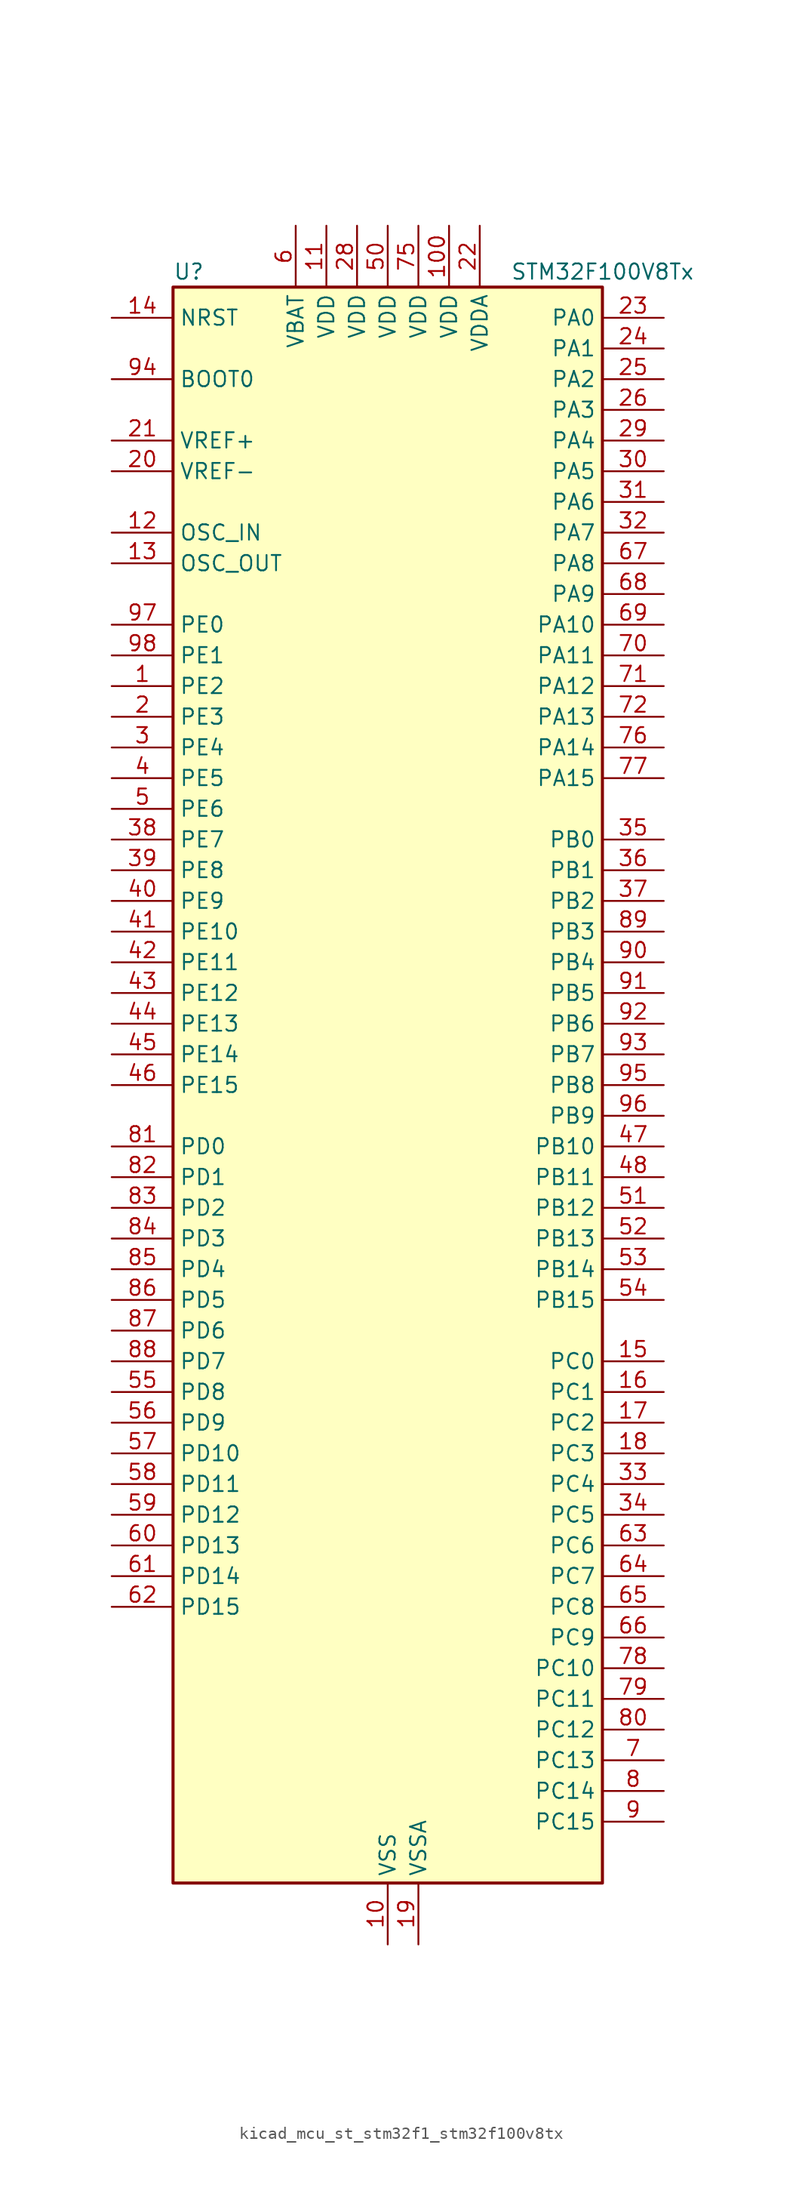
<source format=kicad_sym>
(kicad_symbol_lib
  (version 20220914)
  (generator kicad_symbol_editor)
  (symbol "kicad_mcu_st_stm32f1_stm32f100v8tx"
    (property "Reference" "U"
      (at -17.78 67.31 0)
      (effects (font (size 1.27 1.27)) (justify left)))
    (property "Value" "STM32F100V8Tx"
      (at 10.16 67.31 0)
      (effects (font (size 1.27 1.27)) (justify left)))
    (property "ki_locked" ""
      (at 0 0 0)
      (effects (font (size 1.27 1.27))))
    (symbol "kicad_mcu_st_stm32f1_stm32f100v8tx_0_1"
      (rectangle (start -17.78 -66.04) (end 17.78 66.04) (stroke (width 0.254) (type default)) (fill (type background))))
    (symbol "kicad_mcu_st_stm32f1_stm32f100v8tx_1_1"
      (pin bidirectional line (at -22.86 33.02 0) (length 5.08) (name "PE2" (effects (font (size 1.27 1.27)))) (number "1" (effects (font (size 1.27 1.27)))) (alternate "SYS_TRACECLK" bidirectional line))
      (pin power_in line (at 0 -71.12 90) (length 5.08) (name "VSS" (effects (font (size 1.27 1.27)))) (number "10" (effects (font (size 1.27 1.27)))))
      (pin power_in line (at 5.08 71.12 270) (length 5.08) (name "VDD" (effects (font (size 1.27 1.27)))) (number "100" (effects (font (size 1.27 1.27)))))
      (pin power_in line (at -5.08 71.12 270) (length 5.08) (name "VDD" (effects (font (size 1.27 1.27)))) (number "11" (effects (font (size 1.27 1.27)))))
      (pin input line (at -22.86 45.72 0) (length 5.08) (name "OSC_IN" (effects (font (size 1.27 1.27)))) (number "12" (effects (font (size 1.27 1.27)))) (alternate "RCC_OSC_IN" bidirectional line))
      (pin input line (at -22.86 43.18 0) (length 5.08) (name "OSC_OUT" (effects (font (size 1.27 1.27)))) (number "13" (effects (font (size 1.27 1.27)))) (alternate "RCC_OSC_OUT" bidirectional line))
      (pin input line (at -22.86 63.5 0) (length 5.08) (name "NRST" (effects (font (size 1.27 1.27)))) (number "14" (effects (font (size 1.27 1.27)))))
      (pin bidirectional line (at 22.86 -22.86 180) (length 5.08) (name "PC0" (effects (font (size 1.27 1.27)))) (number "15" (effects (font (size 1.27 1.27)))) (alternate "ADC1_IN10" bidirectional line))
      (pin bidirectional line (at 22.86 -25.4 180) (length 5.08) (name "PC1" (effects (font (size 1.27 1.27)))) (number "16" (effects (font (size 1.27 1.27)))) (alternate "ADC1_IN11" bidirectional line))
      (pin bidirectional line (at 22.86 -27.94 180) (length 5.08) (name "PC2" (effects (font (size 1.27 1.27)))) (number "17" (effects (font (size 1.27 1.27)))) (alternate "ADC1_IN12" bidirectional line))
      (pin bidirectional line (at 22.86 -30.48 180) (length 5.08) (name "PC3" (effects (font (size 1.27 1.27)))) (number "18" (effects (font (size 1.27 1.27)))) (alternate "ADC1_IN13" bidirectional line))
      (pin power_in line (at 2.54 -71.12 90) (length 5.08) (name "VSSA" (effects (font (size 1.27 1.27)))) (number "19" (effects (font (size 1.27 1.27)))))
      (pin bidirectional line (at -22.86 30.48 0) (length 5.08) (name "PE3" (effects (font (size 1.27 1.27)))) (number "2" (effects (font (size 1.27 1.27)))) (alternate "SYS_TRACED0" bidirectional line))
      (pin input line (at -22.86 50.8 0) (length 5.08) (name "VREF-" (effects (font (size 1.27 1.27)))) (number "20" (effects (font (size 1.27 1.27)))))
      (pin input line (at -22.86 53.34 0) (length 5.08) (name "VREF+" (effects (font (size 1.27 1.27)))) (number "21" (effects (font (size 1.27 1.27)))))
      (pin power_in line (at 7.62 71.12 270) (length 5.08) (name "VDDA" (effects (font (size 1.27 1.27)))) (number "22" (effects (font (size 1.27 1.27)))))
      (pin bidirectional line (at 22.86 63.5 180) (length 5.08) (name "PA0" (effects (font (size 1.27 1.27)))) (number "23" (effects (font (size 1.27 1.27)))) (alternate "ADC1_IN0" bidirectional line) (alternate "SYS_WKUP" bidirectional line) (alternate "TIM2_CH1" bidirectional line) (alternate "TIM2_ETR" bidirectional line) (alternate "USART2_CTS" bidirectional line))
      (pin bidirectional line (at 22.86 60.96 180) (length 5.08) (name "PA1" (effects (font (size 1.27 1.27)))) (number "24" (effects (font (size 1.27 1.27)))) (alternate "ADC1_IN1" bidirectional line) (alternate "TIM2_CH2" bidirectional line) (alternate "USART2_RTS" bidirectional line))
      (pin bidirectional line (at 22.86 58.42 180) (length 5.08) (name "PA2" (effects (font (size 1.27 1.27)))) (number "25" (effects (font (size 1.27 1.27)))) (alternate "ADC1_IN2" bidirectional line) (alternate "TIM15_CH1" bidirectional line) (alternate "TIM2_CH3" bidirectional line) (alternate "USART2_TX" bidirectional line))
      (pin bidirectional line (at 22.86 55.88 180) (length 5.08) (name "PA3" (effects (font (size 1.27 1.27)))) (number "26" (effects (font (size 1.27 1.27)))) (alternate "ADC1_IN3" bidirectional line) (alternate "TIM15_CH2" bidirectional line) (alternate "TIM2_CH4" bidirectional line) (alternate "USART2_RX" bidirectional line))
      (pin passive line (at 0 -71.12 90) (length 5.08) hide (name "VSS" (effects (font (size 1.27 1.27)))) (number "27" (effects (font (size 1.27 1.27)))))
      (pin power_in line (at -2.54 71.12 270) (length 5.08) (name "VDD" (effects (font (size 1.27 1.27)))) (number "28" (effects (font (size 1.27 1.27)))))
      (pin bidirectional line (at 22.86 53.34 180) (length 5.08) (name "PA4" (effects (font (size 1.27 1.27)))) (number "29" (effects (font (size 1.27 1.27)))) (alternate "ADC1_IN4" bidirectional line) (alternate "DAC_OUT1" bidirectional line) (alternate "SPI1_NSS" bidirectional line) (alternate "USART2_CK" bidirectional line))
      (pin bidirectional line (at -22.86 27.94 0) (length 5.08) (name "PE4" (effects (font (size 1.27 1.27)))) (number "3" (effects (font (size 1.27 1.27)))) (alternate "SYS_TRACED1" bidirectional line))
      (pin bidirectional line (at 22.86 50.8 180) (length 5.08) (name "PA5" (effects (font (size 1.27 1.27)))) (number "30" (effects (font (size 1.27 1.27)))) (alternate "ADC1_IN5" bidirectional line) (alternate "DAC_OUT2" bidirectional line) (alternate "SPI1_SCK" bidirectional line))
      (pin bidirectional line (at 22.86 48.26 180) (length 5.08) (name "PA6" (effects (font (size 1.27 1.27)))) (number "31" (effects (font (size 1.27 1.27)))) (alternate "ADC1_IN6" bidirectional line) (alternate "SPI1_MISO" bidirectional line) (alternate "TIM16_CH1" bidirectional line) (alternate "TIM1_BKIN" bidirectional line) (alternate "TIM3_CH1" bidirectional line))
      (pin bidirectional line (at 22.86 45.72 180) (length 5.08) (name "PA7" (effects (font (size 1.27 1.27)))) (number "32" (effects (font (size 1.27 1.27)))) (alternate "ADC1_IN7" bidirectional line) (alternate "SPI1_MOSI" bidirectional line) (alternate "TIM17_CH1" bidirectional line) (alternate "TIM1_CH1N" bidirectional line) (alternate "TIM3_CH2" bidirectional line))
      (pin bidirectional line (at 22.86 -33.02 180) (length 5.08) (name "PC4" (effects (font (size 1.27 1.27)))) (number "33" (effects (font (size 1.27 1.27)))) (alternate "ADC1_IN14" bidirectional line))
      (pin bidirectional line (at 22.86 -35.56 180) (length 5.08) (name "PC5" (effects (font (size 1.27 1.27)))) (number "34" (effects (font (size 1.27 1.27)))) (alternate "ADC1_IN15" bidirectional line))
      (pin bidirectional line (at 22.86 20.32 180) (length 5.08) (name "PB0" (effects (font (size 1.27 1.27)))) (number "35" (effects (font (size 1.27 1.27)))) (alternate "ADC1_IN8" bidirectional line) (alternate "TIM1_CH2N" bidirectional line) (alternate "TIM3_CH3" bidirectional line))
      (pin bidirectional line (at 22.86 17.78 180) (length 5.08) (name "PB1" (effects (font (size 1.27 1.27)))) (number "36" (effects (font (size 1.27 1.27)))) (alternate "ADC1_IN9" bidirectional line) (alternate "TIM1_CH3N" bidirectional line) (alternate "TIM3_CH4" bidirectional line))
      (pin bidirectional line (at 22.86 15.24 180) (length 5.08) (name "PB2" (effects (font (size 1.27 1.27)))) (number "37" (effects (font (size 1.27 1.27)))))
      (pin bidirectional line (at -22.86 20.32 0) (length 5.08) (name "PE7" (effects (font (size 1.27 1.27)))) (number "38" (effects (font (size 1.27 1.27)))) (alternate "TIM1_ETR" bidirectional line))
      (pin bidirectional line (at -22.86 17.78 0) (length 5.08) (name "PE8" (effects (font (size 1.27 1.27)))) (number "39" (effects (font (size 1.27 1.27)))) (alternate "TIM1_CH1N" bidirectional line))
      (pin bidirectional line (at -22.86 25.4 0) (length 5.08) (name "PE5" (effects (font (size 1.27 1.27)))) (number "4" (effects (font (size 1.27 1.27)))) (alternate "SYS_TRACED2" bidirectional line))
      (pin bidirectional line (at -22.86 15.24 0) (length 5.08) (name "PE9" (effects (font (size 1.27 1.27)))) (number "40" (effects (font (size 1.27 1.27)))) (alternate "DAC_EXTI9" bidirectional line) (alternate "TIM1_CH1" bidirectional line))
      (pin bidirectional line (at -22.86 12.7 0) (length 5.08) (name "PE10" (effects (font (size 1.27 1.27)))) (number "41" (effects (font (size 1.27 1.27)))) (alternate "TIM1_CH2N" bidirectional line))
      (pin bidirectional line (at -22.86 10.16 0) (length 5.08) (name "PE11" (effects (font (size 1.27 1.27)))) (number "42" (effects (font (size 1.27 1.27)))) (alternate "ADC1_EXTI11" bidirectional line) (alternate "TIM1_CH2" bidirectional line))
      (pin bidirectional line (at -22.86 7.62 0) (length 5.08) (name "PE12" (effects (font (size 1.27 1.27)))) (number "43" (effects (font (size 1.27 1.27)))) (alternate "TIM1_CH3N" bidirectional line))
      (pin bidirectional line (at -22.86 5.08 0) (length 5.08) (name "PE13" (effects (font (size 1.27 1.27)))) (number "44" (effects (font (size 1.27 1.27)))) (alternate "TIM1_CH3" bidirectional line))
      (pin bidirectional line (at -22.86 2.54 0) (length 5.08) (name "PE14" (effects (font (size 1.27 1.27)))) (number "45" (effects (font (size 1.27 1.27)))) (alternate "TIM1_CH4" bidirectional line))
      (pin bidirectional line (at -22.86 0 0) (length 5.08) (name "PE15" (effects (font (size 1.27 1.27)))) (number "46" (effects (font (size 1.27 1.27)))) (alternate "ADC1_EXTI15" bidirectional line) (alternate "TIM1_BKIN" bidirectional line))
      (pin bidirectional line (at 22.86 -5.08 180) (length 5.08) (name "PB10" (effects (font (size 1.27 1.27)))) (number "47" (effects (font (size 1.27 1.27)))) (alternate "CEC" bidirectional line) (alternate "I2C2_SCL" bidirectional line) (alternate "TIM2_CH3" bidirectional line) (alternate "USART3_TX" bidirectional line))
      (pin bidirectional line (at 22.86 -7.62 180) (length 5.08) (name "PB11" (effects (font (size 1.27 1.27)))) (number "48" (effects (font (size 1.27 1.27)))) (alternate "ADC1_EXTI11" bidirectional line) (alternate "I2C2_SDA" bidirectional line) (alternate "TIM2_CH4" bidirectional line) (alternate "USART3_RX" bidirectional line))
      (pin passive line (at 0 -71.12 90) (length 5.08) hide (name "VSS" (effects (font (size 1.27 1.27)))) (number "49" (effects (font (size 1.27 1.27)))))
      (pin bidirectional line (at -22.86 22.86 0) (length 5.08) (name "PE6" (effects (font (size 1.27 1.27)))) (number "5" (effects (font (size 1.27 1.27)))) (alternate "SYS_TRACED3" bidirectional line))
      (pin power_in line (at 0 71.12 270) (length 5.08) (name "VDD" (effects (font (size 1.27 1.27)))) (number "50" (effects (font (size 1.27 1.27)))))
      (pin bidirectional line (at 22.86 -10.16 180) (length 5.08) (name "PB12" (effects (font (size 1.27 1.27)))) (number "51" (effects (font (size 1.27 1.27)))) (alternate "I2C2_SMBA" bidirectional line) (alternate "SPI2_NSS" bidirectional line) (alternate "TIM1_BKIN" bidirectional line) (alternate "USART3_CK" bidirectional line))
      (pin bidirectional line (at 22.86 -12.7 180) (length 5.08) (name "PB13" (effects (font (size 1.27 1.27)))) (number "52" (effects (font (size 1.27 1.27)))) (alternate "SPI2_SCK" bidirectional line) (alternate "TIM1_CH1N" bidirectional line) (alternate "USART3_CTS" bidirectional line))
      (pin bidirectional line (at 22.86 -15.24 180) (length 5.08) (name "PB14" (effects (font (size 1.27 1.27)))) (number "53" (effects (font (size 1.27 1.27)))) (alternate "SPI2_MISO" bidirectional line) (alternate "TIM15_CH1" bidirectional line) (alternate "TIM1_CH2N" bidirectional line) (alternate "USART3_RTS" bidirectional line))
      (pin bidirectional line (at 22.86 -17.78 180) (length 5.08) (name "PB15" (effects (font (size 1.27 1.27)))) (number "54" (effects (font (size 1.27 1.27)))) (alternate "ADC1_EXTI15" bidirectional line) (alternate "SPI2_MOSI" bidirectional line) (alternate "TIM15_CH1N" bidirectional line) (alternate "TIM15_CH2" bidirectional line) (alternate "TIM1_CH3N" bidirectional line))
      (pin bidirectional line (at -22.86 -25.4 0) (length 5.08) (name "PD8" (effects (font (size 1.27 1.27)))) (number "55" (effects (font (size 1.27 1.27)))) (alternate "USART3_TX" bidirectional line))
      (pin bidirectional line (at -22.86 -27.94 0) (length 5.08) (name "PD9" (effects (font (size 1.27 1.27)))) (number "56" (effects (font (size 1.27 1.27)))) (alternate "DAC_EXTI9" bidirectional line) (alternate "USART3_RX" bidirectional line))
      (pin bidirectional line (at -22.86 -30.48 0) (length 5.08) (name "PD10" (effects (font (size 1.27 1.27)))) (number "57" (effects (font (size 1.27 1.27)))) (alternate "USART3_CK" bidirectional line))
      (pin bidirectional line (at -22.86 -33.02 0) (length 5.08) (name "PD11" (effects (font (size 1.27 1.27)))) (number "58" (effects (font (size 1.27 1.27)))) (alternate "ADC1_EXTI11" bidirectional line) (alternate "USART3_CTS" bidirectional line))
      (pin bidirectional line (at -22.86 -35.56 0) (length 5.08) (name "PD12" (effects (font (size 1.27 1.27)))) (number "59" (effects (font (size 1.27 1.27)))) (alternate "TIM4_CH1" bidirectional line) (alternate "USART3_RTS" bidirectional line))
      (pin power_in line (at -7.62 71.12 270) (length 5.08) (name "VBAT" (effects (font (size 1.27 1.27)))) (number "6" (effects (font (size 1.27 1.27)))))
      (pin bidirectional line (at -22.86 -38.1 0) (length 5.08) (name "PD13" (effects (font (size 1.27 1.27)))) (number "60" (effects (font (size 1.27 1.27)))) (alternate "TIM4_CH2" bidirectional line))
      (pin bidirectional line (at -22.86 -40.64 0) (length 5.08) (name "PD14" (effects (font (size 1.27 1.27)))) (number "61" (effects (font (size 1.27 1.27)))) (alternate "TIM4_CH3" bidirectional line))
      (pin bidirectional line (at -22.86 -43.18 0) (length 5.08) (name "PD15" (effects (font (size 1.27 1.27)))) (number "62" (effects (font (size 1.27 1.27)))) (alternate "ADC1_EXTI15" bidirectional line) (alternate "TIM4_CH4" bidirectional line))
      (pin bidirectional line (at 22.86 -38.1 180) (length 5.08) (name "PC6" (effects (font (size 1.27 1.27)))) (number "63" (effects (font (size 1.27 1.27)))) (alternate "TIM3_CH1" bidirectional line))
      (pin bidirectional line (at 22.86 -40.64 180) (length 5.08) (name "PC7" (effects (font (size 1.27 1.27)))) (number "64" (effects (font (size 1.27 1.27)))) (alternate "TIM3_CH2" bidirectional line))
      (pin bidirectional line (at 22.86 -43.18 180) (length 5.08) (name "PC8" (effects (font (size 1.27 1.27)))) (number "65" (effects (font (size 1.27 1.27)))) (alternate "TIM3_CH3" bidirectional line))
      (pin bidirectional line (at 22.86 -45.72 180) (length 5.08) (name "PC9" (effects (font (size 1.27 1.27)))) (number "66" (effects (font (size 1.27 1.27)))) (alternate "DAC_EXTI9" bidirectional line) (alternate "TIM3_CH4" bidirectional line))
      (pin bidirectional line (at 22.86 43.18 180) (length 5.08) (name "PA8" (effects (font (size 1.27 1.27)))) (number "67" (effects (font (size 1.27 1.27)))) (alternate "RCC_MCO" bidirectional line) (alternate "TIM1_CH1" bidirectional line) (alternate "USART1_CK" bidirectional line))
      (pin bidirectional line (at 22.86 40.64 180) (length 5.08) (name "PA9" (effects (font (size 1.27 1.27)))) (number "68" (effects (font (size 1.27 1.27)))) (alternate "DAC_EXTI9" bidirectional line) (alternate "TIM15_BKIN" bidirectional line) (alternate "TIM1_CH2" bidirectional line) (alternate "USART1_TX" bidirectional line))
      (pin bidirectional line (at 22.86 38.1 180) (length 5.08) (name "PA10" (effects (font (size 1.27 1.27)))) (number "69" (effects (font (size 1.27 1.27)))) (alternate "TIM17_BKIN" bidirectional line) (alternate "TIM1_CH3" bidirectional line) (alternate "USART1_RX" bidirectional line))
      (pin bidirectional line (at 22.86 -55.88 180) (length 5.08) (name "PC13" (effects (font (size 1.27 1.27)))) (number "7" (effects (font (size 1.27 1.27)))) (alternate "RTC_OUT" bidirectional line) (alternate "RTC_TAMPER" bidirectional line))
      (pin bidirectional line (at 22.86 35.56 180) (length 5.08) (name "PA11" (effects (font (size 1.27 1.27)))) (number "70" (effects (font (size 1.27 1.27)))) (alternate "ADC1_EXTI11" bidirectional line) (alternate "TIM1_CH4" bidirectional line) (alternate "USART1_CTS" bidirectional line))
      (pin bidirectional line (at 22.86 33.02 180) (length 5.08) (name "PA12" (effects (font (size 1.27 1.27)))) (number "71" (effects (font (size 1.27 1.27)))) (alternate "TIM1_ETR" bidirectional line) (alternate "USART1_RTS" bidirectional line))
      (pin bidirectional line (at 22.86 30.48 180) (length 5.08) (name "PA13" (effects (font (size 1.27 1.27)))) (number "72" (effects (font (size 1.27 1.27)))) (alternate "SYS_JTMS-SWDIO" bidirectional line))
      (pin no_connect line (at -17.78 -66.04 0) (length 5.08) hide (name "NC" (effects (font (size 1.27 1.27)))) (number "73" (effects (font (size 1.27 1.27)))))
      (pin passive line (at 0 -71.12 90) (length 5.08) hide (name "VSS" (effects (font (size 1.27 1.27)))) (number "74" (effects (font (size 1.27 1.27)))))
      (pin power_in line (at 2.54 71.12 270) (length 5.08) (name "VDD" (effects (font (size 1.27 1.27)))) (number "75" (effects (font (size 1.27 1.27)))))
      (pin bidirectional line (at 22.86 27.94 180) (length 5.08) (name "PA14" (effects (font (size 1.27 1.27)))) (number "76" (effects (font (size 1.27 1.27)))) (alternate "SYS_JTCK-SWCLK" bidirectional line))
      (pin bidirectional line (at 22.86 25.4 180) (length 5.08) (name "PA15" (effects (font (size 1.27 1.27)))) (number "77" (effects (font (size 1.27 1.27)))) (alternate "ADC1_EXTI15" bidirectional line) (alternate "SPI1_NSS" bidirectional line) (alternate "SYS_JTDI" bidirectional line) (alternate "TIM2_CH1" bidirectional line) (alternate "TIM2_ETR" bidirectional line))
      (pin bidirectional line (at 22.86 -48.26 180) (length 5.08) (name "PC10" (effects (font (size 1.27 1.27)))) (number "78" (effects (font (size 1.27 1.27)))) (alternate "USART3_TX" bidirectional line))
      (pin bidirectional line (at 22.86 -50.8 180) (length 5.08) (name "PC11" (effects (font (size 1.27 1.27)))) (number "79" (effects (font (size 1.27 1.27)))) (alternate "ADC1_EXTI11" bidirectional line) (alternate "USART3_RX" bidirectional line))
      (pin bidirectional line (at 22.86 -58.42 180) (length 5.08) (name "PC14" (effects (font (size 1.27 1.27)))) (number "8" (effects (font (size 1.27 1.27)))) (alternate "RCC_OSC32_IN" bidirectional line))
      (pin bidirectional line (at 22.86 -53.34 180) (length 5.08) (name "PC12" (effects (font (size 1.27 1.27)))) (number "80" (effects (font (size 1.27 1.27)))) (alternate "USART3_CK" bidirectional line))
      (pin bidirectional line (at -22.86 -5.08 0) (length 5.08) (name "PD0" (effects (font (size 1.27 1.27)))) (number "81" (effects (font (size 1.27 1.27)))))
      (pin bidirectional line (at -22.86 -7.62 0) (length 5.08) (name "PD1" (effects (font (size 1.27 1.27)))) (number "82" (effects (font (size 1.27 1.27)))))
      (pin bidirectional line (at -22.86 -10.16 0) (length 5.08) (name "PD2" (effects (font (size 1.27 1.27)))) (number "83" (effects (font (size 1.27 1.27)))) (alternate "TIM3_ETR" bidirectional line))
      (pin bidirectional line (at -22.86 -12.7 0) (length 5.08) (name "PD3" (effects (font (size 1.27 1.27)))) (number "84" (effects (font (size 1.27 1.27)))) (alternate "USART2_CTS" bidirectional line))
      (pin bidirectional line (at -22.86 -15.24 0) (length 5.08) (name "PD4" (effects (font (size 1.27 1.27)))) (number "85" (effects (font (size 1.27 1.27)))) (alternate "USART2_RTS" bidirectional line))
      (pin bidirectional line (at -22.86 -17.78 0) (length 5.08) (name "PD5" (effects (font (size 1.27 1.27)))) (number "86" (effects (font (size 1.27 1.27)))) (alternate "USART2_TX" bidirectional line))
      (pin bidirectional line (at -22.86 -20.32 0) (length 5.08) (name "PD6" (effects (font (size 1.27 1.27)))) (number "87" (effects (font (size 1.27 1.27)))) (alternate "USART2_RX" bidirectional line))
      (pin bidirectional line (at -22.86 -22.86 0) (length 5.08) (name "PD7" (effects (font (size 1.27 1.27)))) (number "88" (effects (font (size 1.27 1.27)))) (alternate "USART2_CK" bidirectional line))
      (pin bidirectional line (at 22.86 12.7 180) (length 5.08) (name "PB3" (effects (font (size 1.27 1.27)))) (number "89" (effects (font (size 1.27 1.27)))) (alternate "SPI1_SCK" bidirectional line) (alternate "SYS_JTDO-TRACESWO" bidirectional line) (alternate "TIM2_CH2" bidirectional line))
      (pin bidirectional line (at 22.86 -60.96 180) (length 5.08) (name "PC15" (effects (font (size 1.27 1.27)))) (number "9" (effects (font (size 1.27 1.27)))) (alternate "ADC1_EXTI15" bidirectional line) (alternate "RCC_OSC32_OUT" bidirectional line))
      (pin bidirectional line (at 22.86 10.16 180) (length 5.08) (name "PB4" (effects (font (size 1.27 1.27)))) (number "90" (effects (font (size 1.27 1.27)))) (alternate "SPI1_MISO" bidirectional line) (alternate "SYS_NJTRST" bidirectional line) (alternate "TIM3_CH1" bidirectional line))
      (pin bidirectional line (at 22.86 7.62 180) (length 5.08) (name "PB5" (effects (font (size 1.27 1.27)))) (number "91" (effects (font (size 1.27 1.27)))) (alternate "I2C1_SMBA" bidirectional line) (alternate "SPI1_MOSI" bidirectional line) (alternate "TIM16_BKIN" bidirectional line) (alternate "TIM3_CH2" bidirectional line))
      (pin bidirectional line (at 22.86 5.08 180) (length 5.08) (name "PB6" (effects (font (size 1.27 1.27)))) (number "92" (effects (font (size 1.27 1.27)))) (alternate "I2C1_SCL" bidirectional line) (alternate "TIM16_CH1N" bidirectional line) (alternate "TIM4_CH1" bidirectional line) (alternate "USART1_TX" bidirectional line))
      (pin bidirectional line (at 22.86 2.54 180) (length 5.08) (name "PB7" (effects (font (size 1.27 1.27)))) (number "93" (effects (font (size 1.27 1.27)))) (alternate "I2C1_SDA" bidirectional line) (alternate "TIM17_CH1N" bidirectional line) (alternate "TIM4_CH2" bidirectional line) (alternate "USART1_RX" bidirectional line))
      (pin input line (at -22.86 58.42 0) (length 5.08) (name "BOOT0" (effects (font (size 1.27 1.27)))) (number "94" (effects (font (size 1.27 1.27)))))
      (pin bidirectional line (at 22.86 0 180) (length 5.08) (name "PB8" (effects (font (size 1.27 1.27)))) (number "95" (effects (font (size 1.27 1.27)))) (alternate "CEC" bidirectional line) (alternate "I2C1_SCL" bidirectional line) (alternate "TIM16_CH1" bidirectional line) (alternate "TIM4_CH3" bidirectional line))
      (pin bidirectional line (at 22.86 -2.54 180) (length 5.08) (name "PB9" (effects (font (size 1.27 1.27)))) (number "96" (effects (font (size 1.27 1.27)))) (alternate "DAC_EXTI9" bidirectional line) (alternate "I2C1_SDA" bidirectional line) (alternate "TIM17_CH1" bidirectional line) (alternate "TIM4_CH4" bidirectional line))
      (pin bidirectional line (at -22.86 38.1 0) (length 5.08) (name "PE0" (effects (font (size 1.27 1.27)))) (number "97" (effects (font (size 1.27 1.27)))) (alternate "TIM4_ETR" bidirectional line))
      (pin bidirectional line (at -22.86 35.56 0) (length 5.08) (name "PE1" (effects (font (size 1.27 1.27)))) (number "98" (effects (font (size 1.27 1.27)))))
      (pin passive line (at 0 -71.12 90) (length 5.08) hide (name "VSS" (effects (font (size 1.27 1.27)))) (number "99" (effects (font (size 1.27 1.27))))))))
</source>
